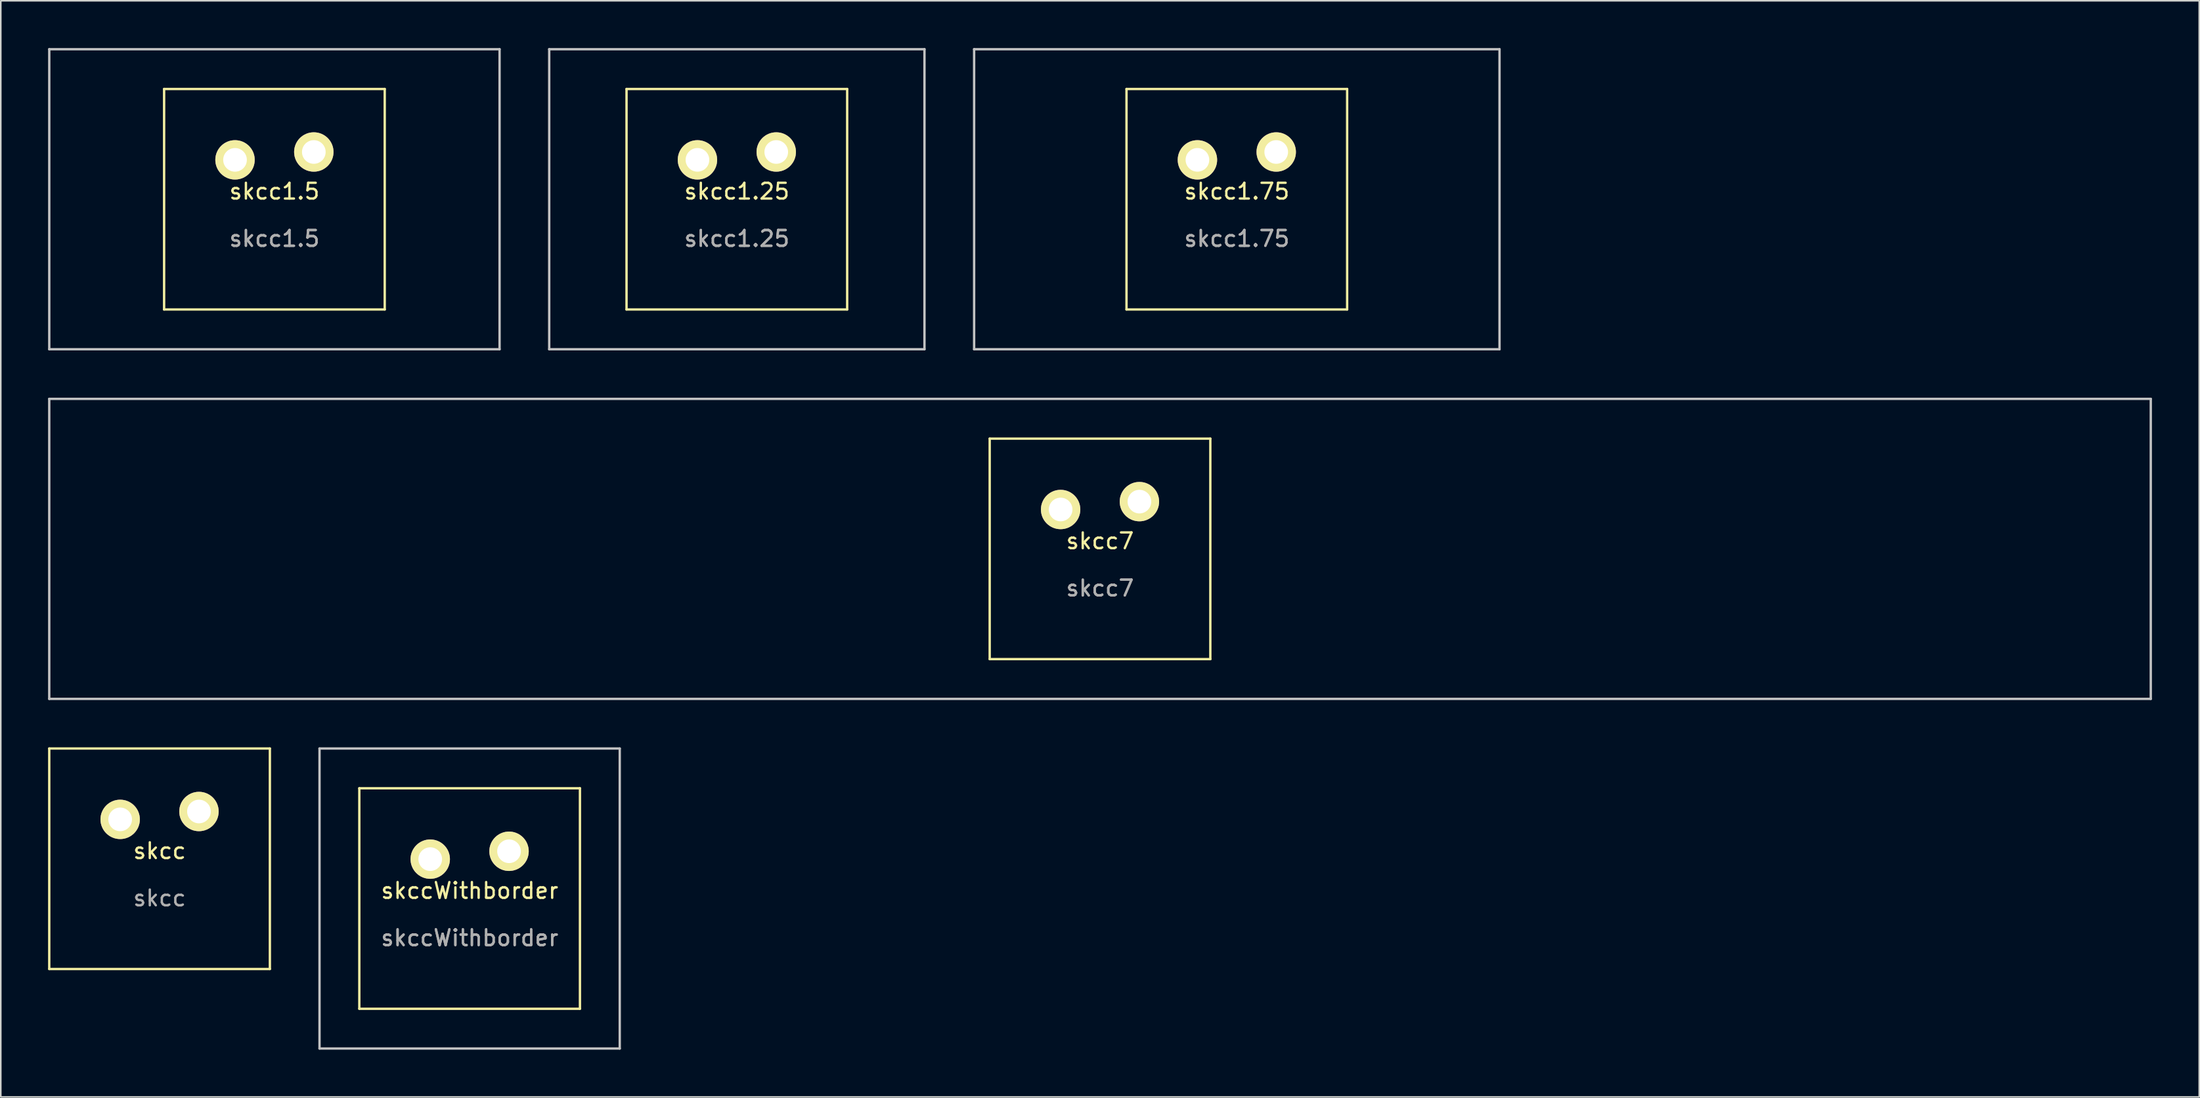
<source format=kicad_pcb>
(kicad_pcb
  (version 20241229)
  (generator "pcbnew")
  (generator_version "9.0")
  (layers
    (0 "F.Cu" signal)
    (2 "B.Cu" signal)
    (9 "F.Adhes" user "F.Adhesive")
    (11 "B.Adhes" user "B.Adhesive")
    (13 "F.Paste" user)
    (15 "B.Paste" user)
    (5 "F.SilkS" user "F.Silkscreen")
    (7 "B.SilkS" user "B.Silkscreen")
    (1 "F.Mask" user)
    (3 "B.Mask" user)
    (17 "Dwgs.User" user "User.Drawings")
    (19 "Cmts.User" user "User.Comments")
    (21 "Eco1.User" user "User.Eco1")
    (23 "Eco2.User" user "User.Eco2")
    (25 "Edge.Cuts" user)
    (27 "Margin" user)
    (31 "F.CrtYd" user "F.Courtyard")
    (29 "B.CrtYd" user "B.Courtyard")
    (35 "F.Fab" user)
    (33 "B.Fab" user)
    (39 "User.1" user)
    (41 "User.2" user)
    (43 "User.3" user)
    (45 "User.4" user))
  (footprint "skcc1.25"
    (layer "F.Cu")
    (at 43.706 9.6)
    (property "Reference" "skcc1.25" (at 0 -0.5 0) (unlocked yes) (layer "F.SilkS") (effects (font (size 1 1) (thickness 0.15))))
    (attr through_hole)
    (fp_line (start -7 -7) (end -7 7) (stroke (width 0.15) (type solid)) (layer "F.SilkS"))
    (fp_line (start -7 -7) (end 7 -7) (stroke (width 0.15) (type solid)) (layer "F.SilkS"))
    (fp_line (start -7 7) (end 7 7) (stroke (width 0.15) (type solid)) (layer "F.SilkS"))
    (fp_line (start 7 -7) (end 7 7) (stroke (width 0.15) (type solid)) (layer "F.SilkS"))
    (fp_line (start -11.906 -9.525) (end 11.906 -9.525) (stroke (width 0.15) (type solid)) (layer "Dwgs.User"))
    (fp_line (start -11.906 9.525) (end -11.906 -9.525) (stroke (width 0.15) (type solid)) (layer "Dwgs.User"))
    (fp_line (start -11.906 9.525) (end 11.906 9.525) (stroke (width 0.15) (type solid)) (layer "Dwgs.User"))
    (fp_line (start 11.906 -9.525) (end 11.906 9.525) (stroke (width 0.15) (type solid)) (layer "Dwgs.User"))
    (fp_text user "${REFERENCE}" (at 0 2.5 0) (unlocked yes) (layer "F.Fab") (effects (font (size 1 1) (thickness 0.15))))
    (fp_text user "${REFERENCE}" (at 0 2.5 0) (unlocked yes) (layer "F.Fab") (effects (font (size 1 1) (thickness 0.15))))
    (pad "1" thru_hole circle (at -2.5 -2.5) (size 2.5 2.5) (drill 1.5) (layers "*.Cu" "*.Mask" "F.SilkS"))
    (pad "2" thru_hole circle (at 2.5 -3) (size 2.5 2.5) (drill 1.5) (layers "*.Cu" "*.Mask" "F.SilkS")))
  (footprint "skcc1.5"
    (layer "F.Cu")
    (at 14.363 9.6)
    (property "Reference" "skcc1.5" (at 0 -0.5 0) (unlocked yes) (layer "F.SilkS") (effects (font (size 1 1) (thickness 0.15))))
    (attr through_hole)
    (fp_line (start -7 -7) (end -7 7) (stroke (width 0.15) (type solid)) (layer "F.SilkS"))
    (fp_line (start -7 -7) (end 7 -7) (stroke (width 0.15) (type solid)) (layer "F.SilkS"))
    (fp_line (start -7 7) (end 7 7) (stroke (width 0.15) (type solid)) (layer "F.SilkS"))
    (fp_line (start 7 -7) (end 7 7) (stroke (width 0.15) (type solid)) (layer "F.SilkS"))
    (fp_line (start -14.287 -9.525) (end 14.287 -9.525) (stroke (width 0.15) (type solid)) (layer "Dwgs.User"))
    (fp_line (start -14.287 9.525) (end -14.287 -9.525) (stroke (width 0.15) (type solid)) (layer "Dwgs.User"))
    (fp_line (start -14.287 9.525) (end 14.287 9.525) (stroke (width 0.15) (type solid)) (layer "Dwgs.User"))
    (fp_line (start 14.287 -9.525) (end 14.287 9.525) (stroke (width 0.15) (type solid)) (layer "Dwgs.User"))
    (fp_text user "${REFERENCE}" (at 0 2.5 0) (unlocked yes) (layer "F.Fab") (effects (font (size 1 1) (thickness 0.15))))
    (fp_text user "${REFERENCE}" (at 0 2.5 0) (unlocked yes) (layer "F.Fab") (effects (font (size 1 1) (thickness 0.15))))
    (pad "1" thru_hole circle (at -2.5 -2.5) (size 2.5 2.5) (drill 1.5) (layers "*.Cu" "*.Mask" "F.SilkS"))
    (pad "2" thru_hole circle (at 2.5 -3) (size 2.5 2.5) (drill 1.5) (layers "*.Cu" "*.Mask" "F.SilkS")))
  (footprint "skcc1.75"
    (layer "F.Cu")
    (at 75.431 9.6)
    (property "Reference" "skcc1.75" (at 0 -0.5 0) (unlocked yes) (layer "F.SilkS") (effects (font (size 1 1) (thickness 0.15))))
    (attr through_hole)
    (fp_line (start -7 -7) (end -7 7) (stroke (width 0.15) (type solid)) (layer "F.SilkS"))
    (fp_line (start -7 -7) (end 7 -7) (stroke (width 0.15) (type solid)) (layer "F.SilkS"))
    (fp_line (start -7 7) (end 7 7) (stroke (width 0.15) (type solid)) (layer "F.SilkS"))
    (fp_line (start 7 -7) (end 7 7) (stroke (width 0.15) (type solid)) (layer "F.SilkS"))
    (fp_line (start -16.669 -9.525) (end 16.669 -9.525) (stroke (width 0.15) (type solid)) (layer "Dwgs.User"))
    (fp_line (start -16.669 9.525) (end -16.669 -9.525) (stroke (width 0.15) (type solid)) (layer "Dwgs.User"))
    (fp_line (start -16.669 9.525) (end 16.669 9.525) (stroke (width 0.15) (type solid)) (layer "Dwgs.User"))
    (fp_line (start 16.669 -9.525) (end 16.669 9.525) (stroke (width 0.15) (type solid)) (layer "Dwgs.User"))
    (fp_text user "${REFERENCE}" (at 0 2.5 0) (unlocked yes) (layer "F.Fab") (effects (font (size 1 1) (thickness 0.15))))
    (fp_text user "${REFERENCE}" (at 0 2.5 0) (unlocked yes) (layer "F.Fab") (effects (font (size 1 1) (thickness 0.15))))
    (pad "1" thru_hole circle (at -2.5 -2.5) (size 2.5 2.5) (drill 1.5) (layers "*.Cu" "*.Mask" "F.SilkS"))
    (pad "2" thru_hole circle (at 2.5 -3) (size 2.5 2.5) (drill 1.5) (layers "*.Cu" "*.Mask" "F.SilkS")))
  (footprint "skcc"
    (layer "F.Cu")
    (at 7.075 51.475)
    (property "Reference" "skcc" (at 0 -0.5 0) (unlocked yes) (layer "F.SilkS") (effects (font (size 1 1) (thickness 0.15))))
    (attr smd)
    (fp_line (start -7 -7) (end -7 7) (stroke (width 0.15) (type solid)) (layer "F.SilkS"))
    (fp_line (start -7 -7) (end 7 -7) (stroke (width 0.15) (type solid)) (layer "F.SilkS"))
    (fp_line (start -7 7) (end 7 7) (stroke (width 0.15) (type solid)) (layer "F.SilkS"))
    (fp_line (start 7 -7) (end 7 7) (stroke (width 0.15) (type solid)) (layer "F.SilkS"))
    (fp_text user "${REFERENCE}" (at 0 2.5 0) (unlocked yes) (layer "F.Fab") (effects (font (size 1 1) (thickness 0.15))))
    (pad "1" thru_hole circle (at -2.5 -2.5) (size 2.5 2.5) (drill 1.5) (layers "*.Cu" "*.Mask" "F.SilkS"))
    (pad "2" thru_hole circle (at 2.5 -3) (size 2.5 2.5) (drill 1.5) (layers "*.Cu" "*.Mask" "F.SilkS")))
  (footprint "skccWithborder"
    (layer "F.Cu")
    (at 26.75 54)
    (property "Reference" "skccWithborder" (at 0 -0.5 0) (unlocked yes) (layer "F.SilkS") (effects (font (size 1 1) (thickness 0.15))))
    (attr through_hole)
    (fp_line (start -7 -7) (end -7 7) (stroke (width 0.15) (type solid)) (layer "F.SilkS"))
    (fp_line (start -7 -7) (end 7 -7) (stroke (width 0.15) (type solid)) (layer "F.SilkS"))
    (fp_line (start -7 7) (end 7 7) (stroke (width 0.15) (type solid)) (layer "F.SilkS"))
    (fp_line (start 7 -7) (end 7 7) (stroke (width 0.15) (type solid)) (layer "F.SilkS"))
    (fp_line (start -9.525 -9.525) (end 9.525 -9.525) (stroke (width 0.15) (type solid)) (layer "Dwgs.User"))
    (fp_line (start -9.525 9.525) (end -9.525 -9.525) (stroke (width 0.15) (type solid)) (layer "Dwgs.User"))
    (fp_line (start -9.525 9.525) (end 9.525 9.525) (stroke (width 0.15) (type solid)) (layer "Dwgs.User"))
    (fp_line (start 9.525 -9.525) (end 9.525 9.525) (stroke (width 0.15) (type solid)) (layer "Dwgs.User"))
    (fp_text user "${REFERENCE}" (at 0 2.5 0) (unlocked yes) (layer "F.Fab") (effects (font (size 1 1) (thickness 0.15))))
    (fp_text user "${REFERENCE}" (at 0 2.5 0) (unlocked yes) (layer "F.Fab") (effects (font (size 1 1) (thickness 0.15))))
    (pad "1" thru_hole circle (at -2.5 -2.5) (size 2.5 2.5) (drill 1.5) (layers "*.Cu" "*.Mask" "F.SilkS"))
    (pad "2" thru_hole circle (at 2.5 -3) (size 2.5 2.5) (drill 1.5) (layers "*.Cu" "*.Mask" "F.SilkS")))
  (footprint "skcc7"
    (layer "F.Cu")
    (at 66.75 31.8)
    (property "Reference" "skcc7" (at 0 -0.5 0) (unlocked yes) (layer "F.SilkS") (effects (font (size 1 1) (thickness 0.15))))
    (attr through_hole)
    (fp_line (start -7 -7) (end -7 7) (stroke (width 0.15) (type solid)) (layer "F.SilkS"))
    (fp_line (start -7 -7) (end 7 -7) (stroke (width 0.15) (type solid)) (layer "F.SilkS"))
    (fp_line (start -7 7) (end 7 7) (stroke (width 0.15) (type solid)) (layer "F.SilkS"))
    (fp_line (start 7 -7) (end 7 7) (stroke (width 0.15) (type solid)) (layer "F.SilkS"))
    (fp_line (start -66.675 -9.525) (end 66.675 -9.525) (stroke (width 0.15) (type solid)) (layer "Dwgs.User"))
    (fp_line (start -66.675 9.525) (end -66.675 -9.525) (stroke (width 0.15) (type solid)) (layer "Dwgs.User"))
    (fp_line (start -66.675 9.525) (end 66.675 9.525) (stroke (width 0.15) (type solid)) (layer "Dwgs.User"))
    (fp_line (start 66.675 -9.525) (end 66.675 9.525) (stroke (width 0.15) (type solid)) (layer "Dwgs.User"))
    (fp_text user "${REFERENCE}" (at 0 2.5 0) (unlocked yes) (layer "F.Fab") (effects (font (size 1 1) (thickness 0.15))))
    (fp_text user "${REFERENCE}" (at 0 2.5 0) (unlocked yes) (layer "F.Fab") (effects (font (size 1 1) (thickness 0.15))))
    (pad "1" thru_hole circle (at -2.5 -2.5) (size 2.5 2.5) (drill 1.5) (layers "*.Cu" "*.Mask" "F.SilkS"))
    (pad "2" thru_hole circle (at 2.5 -3) (size 2.5 2.5) (drill 1.5) (layers "*.Cu" "*.Mask" "F.SilkS")))
  (gr_rect
    (start -3 -3)
    (end 136.5 66.6)
    (stroke (width 0.1) (type default))
    (fill no)
    (layer "Edge.Cuts")))
</source>
